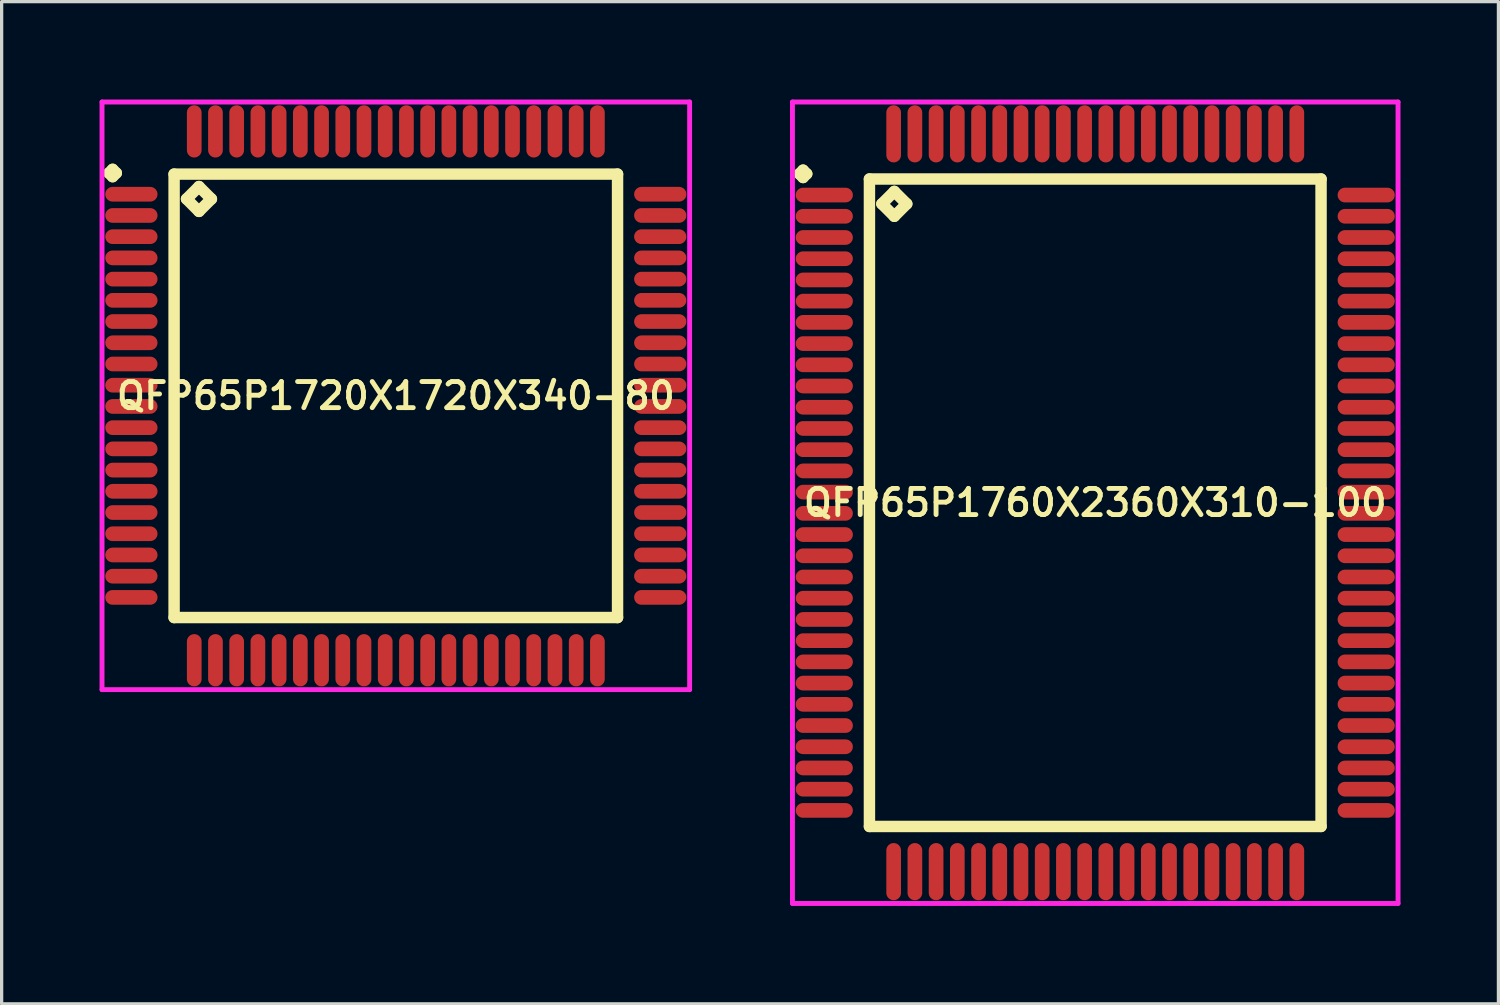
<source format=kicad_pcb>
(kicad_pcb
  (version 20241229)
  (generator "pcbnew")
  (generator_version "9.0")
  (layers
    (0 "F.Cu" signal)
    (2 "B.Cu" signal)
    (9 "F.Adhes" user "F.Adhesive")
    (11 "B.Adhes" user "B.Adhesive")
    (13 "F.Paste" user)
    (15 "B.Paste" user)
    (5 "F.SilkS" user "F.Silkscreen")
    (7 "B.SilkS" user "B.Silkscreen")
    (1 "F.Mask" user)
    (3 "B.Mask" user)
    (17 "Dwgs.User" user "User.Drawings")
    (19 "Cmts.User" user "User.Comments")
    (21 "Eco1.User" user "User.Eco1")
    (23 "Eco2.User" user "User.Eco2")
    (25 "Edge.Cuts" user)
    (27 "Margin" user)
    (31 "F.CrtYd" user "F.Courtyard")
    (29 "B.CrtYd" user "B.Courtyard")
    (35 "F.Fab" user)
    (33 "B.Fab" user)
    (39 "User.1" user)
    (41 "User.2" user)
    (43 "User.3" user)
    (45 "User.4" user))
  (footprint "QFP65P1760X2360X310-100"
    (layer "F.Cu")
    (at 30.5 12.35)
    (property "Reference" "QFP65P1760X2360X310-100" (at 0 0 0) (layer "F.SilkS") (effects (font (size 0.8 0.8) (thickness 0.15))))
    (attr smd)
    (fp_line (start -9.062 -10.075) (end -8.95 -10.188) (stroke (width 0.35) (type solid)) (layer "F.SilkS"))
    (fp_line (start -8.95 -10.188) (end -8.838 -10.075) (stroke (width 0.35) (type solid)) (layer "F.SilkS"))
    (fp_line (start -8.95 -9.963) (end -9.062 -10.075) (stroke (width 0.35) (type solid)) (layer "F.SilkS"))
    (fp_line (start -8.838 -10.075) (end -8.95 -9.963) (stroke (width 0.35) (type solid)) (layer "F.SilkS"))
    (fp_line (start -6.917 -9.917) (end -6.917 9.917) (stroke (width 0.35) (type solid)) (layer "F.SilkS"))
    (fp_line (start -6.917 9.917) (end 6.917 9.917) (stroke (width 0.35) (type solid)) (layer "F.SilkS"))
    (fp_line (start -6.536 -9.155) (end -6.155 -9.536) (stroke (width 0.35) (type solid)) (layer "F.SilkS"))
    (fp_line (start -6.155 -9.536) (end -5.774 -9.155) (stroke (width 0.35) (type solid)) (layer "F.SilkS"))
    (fp_line (start -6.155 -8.774) (end -6.536 -9.155) (stroke (width 0.35) (type solid)) (layer "F.SilkS"))
    (fp_line (start -5.774 -9.155) (end -6.155 -8.774) (stroke (width 0.35) (type solid)) (layer "F.SilkS"))
    (fp_line (start 6.917 -9.917) (end -6.917 -9.917) (stroke (width 0.35) (type solid)) (layer "F.SilkS"))
    (fp_line (start 6.917 9.917) (end 6.917 -9.917) (stroke (width 0.35) (type solid)) (layer "F.SilkS"))
    (fp_line (start -9.275 -12.275) (end 9.275 -12.275) (stroke (width 0.15) (type solid)) (layer "F.CrtYd"))
    (fp_line (start -9.275 12.275) (end -9.275 -12.275) (stroke (width 0.15) (type solid)) (layer "F.CrtYd"))
    (fp_line (start 9.275 -12.275) (end 9.275 12.275) (stroke (width 0.15) (type solid)) (layer "F.CrtYd"))
    (fp_line (start 9.275 12.275) (end -9.275 12.275) (stroke (width 0.15) (type solid)) (layer "F.CrtYd"))
    (pad "1" smd oval (at -8.3 -9.425) (size 1.75 0.45) (layers "F.Cu" "F.Mask" "F.Paste"))
    (pad "2" smd oval (at -8.3 -8.775) (size 1.75 0.45) (layers "F.Cu" "F.Mask" "F.Paste"))
    (pad "3" smd oval (at -8.3 -8.125) (size 1.75 0.45) (layers "F.Cu" "F.Mask" "F.Paste"))
    (pad "4" smd oval (at -8.3 -7.475) (size 1.75 0.45) (layers "F.Cu" "F.Mask" "F.Paste"))
    (pad "5" smd oval (at -8.3 -6.825) (size 1.75 0.45) (layers "F.Cu" "F.Mask" "F.Paste"))
    (pad "6" smd oval (at -8.3 -6.175) (size 1.75 0.45) (layers "F.Cu" "F.Mask" "F.Paste"))
    (pad "7" smd oval (at -8.3 -5.525) (size 1.75 0.45) (layers "F.Cu" "F.Mask" "F.Paste"))
    (pad "8" smd oval (at -8.3 -4.875) (size 1.75 0.45) (layers "F.Cu" "F.Mask" "F.Paste"))
    (pad "9" smd oval (at -8.3 -4.225) (size 1.75 0.45) (layers "F.Cu" "F.Mask" "F.Paste"))
    (pad "10" smd oval (at -8.3 -3.575) (size 1.75 0.45) (layers "F.Cu" "F.Mask" "F.Paste"))
    (pad "11" smd oval (at -8.3 -2.925) (size 1.75 0.45) (layers "F.Cu" "F.Mask" "F.Paste"))
    (pad "12" smd oval (at -8.3 -2.275) (size 1.75 0.45) (layers "F.Cu" "F.Mask" "F.Paste"))
    (pad "13" smd oval (at -8.3 -1.625) (size 1.75 0.45) (layers "F.Cu" "F.Mask" "F.Paste"))
    (pad "14" smd oval (at -8.3 -0.975) (size 1.75 0.45) (layers "F.Cu" "F.Mask" "F.Paste"))
    (pad "15" smd oval (at -8.3 -0.325) (size 1.75 0.45) (layers "F.Cu" "F.Mask" "F.Paste"))
    (pad "16" smd oval (at -8.3 0.325) (size 1.75 0.45) (layers "F.Cu" "F.Mask" "F.Paste"))
    (pad "17" smd oval (at -8.3 0.975) (size 1.75 0.45) (layers "F.Cu" "F.Mask" "F.Paste"))
    (pad "18" smd oval (at -8.3 1.625) (size 1.75 0.45) (layers "F.Cu" "F.Mask" "F.Paste"))
    (pad "19" smd oval (at -8.3 2.275) (size 1.75 0.45) (layers "F.Cu" "F.Mask" "F.Paste"))
    (pad "20" smd oval (at -8.3 2.925) (size 1.75 0.45) (layers "F.Cu" "F.Mask" "F.Paste"))
    (pad "21" smd oval (at -8.3 3.575) (size 1.75 0.45) (layers "F.Cu" "F.Mask" "F.Paste"))
    (pad "22" smd oval (at -8.3 4.225) (size 1.75 0.45) (layers "F.Cu" "F.Mask" "F.Paste"))
    (pad "23" smd oval (at -8.3 4.875) (size 1.75 0.45) (layers "F.Cu" "F.Mask" "F.Paste"))
    (pad "24" smd oval (at -8.3 5.525) (size 1.75 0.45) (layers "F.Cu" "F.Mask" "F.Paste"))
    (pad "25" smd oval (at -8.3 6.175) (size 1.75 0.45) (layers "F.Cu" "F.Mask" "F.Paste"))
    (pad "26" smd oval (at -8.3 6.825) (size 1.75 0.45) (layers "F.Cu" "F.Mask" "F.Paste"))
    (pad "27" smd oval (at -8.3 7.475) (size 1.75 0.45) (layers "F.Cu" "F.Mask" "F.Paste"))
    (pad "28" smd oval (at -8.3 8.125) (size 1.75 0.45) (layers "F.Cu" "F.Mask" "F.Paste"))
    (pad "29" smd oval (at -8.3 8.775) (size 1.75 0.45) (layers "F.Cu" "F.Mask" "F.Paste"))
    (pad "30" smd oval (at -8.3 9.425) (size 1.75 0.45) (layers "F.Cu" "F.Mask" "F.Paste"))
    (pad "31" smd oval (at -6.175 11.3) (size 0.45 1.75) (layers "F.Cu" "F.Mask" "F.Paste"))
    (pad "32" smd oval (at -5.525 11.3) (size 0.45 1.75) (layers "F.Cu" "F.Mask" "F.Paste"))
    (pad "33" smd oval (at -4.875 11.3) (size 0.45 1.75) (layers "F.Cu" "F.Mask" "F.Paste"))
    (pad "34" smd oval (at -4.225 11.3) (size 0.45 1.75) (layers "F.Cu" "F.Mask" "F.Paste"))
    (pad "35" smd oval (at -3.575 11.3) (size 0.45 1.75) (layers "F.Cu" "F.Mask" "F.Paste"))
    (pad "36" smd oval (at -2.925 11.3) (size 0.45 1.75) (layers "F.Cu" "F.Mask" "F.Paste"))
    (pad "37" smd oval (at -2.275 11.3) (size 0.45 1.75) (layers "F.Cu" "F.Mask" "F.Paste"))
    (pad "38" smd oval (at -1.625 11.3) (size 0.45 1.75) (layers "F.Cu" "F.Mask" "F.Paste"))
    (pad "39" smd oval (at -0.975 11.3) (size 0.45 1.75) (layers "F.Cu" "F.Mask" "F.Paste"))
    (pad "40" smd oval (at -0.325 11.3) (size 0.45 1.75) (layers "F.Cu" "F.Mask" "F.Paste"))
    (pad "41" smd oval (at 0.325 11.3) (size 0.45 1.75) (layers "F.Cu" "F.Mask" "F.Paste"))
    (pad "42" smd oval (at 0.975 11.3) (size 0.45 1.75) (layers "F.Cu" "F.Mask" "F.Paste"))
    (pad "43" smd oval (at 1.625 11.3) (size 0.45 1.75) (layers "F.Cu" "F.Mask" "F.Paste"))
    (pad "44" smd oval (at 2.275 11.3) (size 0.45 1.75) (layers "F.Cu" "F.Mask" "F.Paste"))
    (pad "45" smd oval (at 2.925 11.3) (size 0.45 1.75) (layers "F.Cu" "F.Mask" "F.Paste"))
    (pad "46" smd oval (at 3.575 11.3) (size 0.45 1.75) (layers "F.Cu" "F.Mask" "F.Paste"))
    (pad "47" smd oval (at 4.225 11.3) (size 0.45 1.75) (layers "F.Cu" "F.Mask" "F.Paste"))
    (pad "48" smd oval (at 4.875 11.3) (size 0.45 1.75) (layers "F.Cu" "F.Mask" "F.Paste"))
    (pad "49" smd oval (at 5.525 11.3) (size 0.45 1.75) (layers "F.Cu" "F.Mask" "F.Paste"))
    (pad "50" smd oval (at 6.175 11.3) (size 0.45 1.75) (layers "F.Cu" "F.Mask" "F.Paste"))
    (pad "51" smd oval (at 8.3 9.425) (size 1.75 0.45) (layers "F.Cu" "F.Mask" "F.Paste"))
    (pad "52" smd oval (at 8.3 8.775) (size 1.75 0.45) (layers "F.Cu" "F.Mask" "F.Paste"))
    (pad "53" smd oval (at 8.3 8.125) (size 1.75 0.45) (layers "F.Cu" "F.Mask" "F.Paste"))
    (pad "54" smd oval (at 8.3 7.475) (size 1.75 0.45) (layers "F.Cu" "F.Mask" "F.Paste"))
    (pad "55" smd oval (at 8.3 6.825) (size 1.75 0.45) (layers "F.Cu" "F.Mask" "F.Paste"))
    (pad "56" smd oval (at 8.3 6.175) (size 1.75 0.45) (layers "F.Cu" "F.Mask" "F.Paste"))
    (pad "57" smd oval (at 8.3 5.525) (size 1.75 0.45) (layers "F.Cu" "F.Mask" "F.Paste"))
    (pad "58" smd oval (at 8.3 4.875) (size 1.75 0.45) (layers "F.Cu" "F.Mask" "F.Paste"))
    (pad "59" smd oval (at 8.3 4.225) (size 1.75 0.45) (layers "F.Cu" "F.Mask" "F.Paste"))
    (pad "60" smd oval (at 8.3 3.575) (size 1.75 0.45) (layers "F.Cu" "F.Mask" "F.Paste"))
    (pad "61" smd oval (at 8.3 2.925) (size 1.75 0.45) (layers "F.Cu" "F.Mask" "F.Paste"))
    (pad "62" smd oval (at 8.3 2.275) (size 1.75 0.45) (layers "F.Cu" "F.Mask" "F.Paste"))
    (pad "63" smd oval (at 8.3 1.625) (size 1.75 0.45) (layers "F.Cu" "F.Mask" "F.Paste"))
    (pad "64" smd oval (at 8.3 0.975) (size 1.75 0.45) (layers "F.Cu" "F.Mask" "F.Paste"))
    (pad "65" smd oval (at 8.3 0.325) (size 1.75 0.45) (layers "F.Cu" "F.Mask" "F.Paste"))
    (pad "66" smd oval (at 8.3 -0.325) (size 1.75 0.45) (layers "F.Cu" "F.Mask" "F.Paste"))
    (pad "67" smd oval (at 8.3 -0.975) (size 1.75 0.45) (layers "F.Cu" "F.Mask" "F.Paste"))
    (pad "68" smd oval (at 8.3 -1.625) (size 1.75 0.45) (layers "F.Cu" "F.Mask" "F.Paste"))
    (pad "69" smd oval (at 8.3 -2.275) (size 1.75 0.45) (layers "F.Cu" "F.Mask" "F.Paste"))
    (pad "70" smd oval (at 8.3 -2.925) (size 1.75 0.45) (layers "F.Cu" "F.Mask" "F.Paste"))
    (pad "71" smd oval (at 8.3 -3.575) (size 1.75 0.45) (layers "F.Cu" "F.Mask" "F.Paste"))
    (pad "72" smd oval (at 8.3 -4.225) (size 1.75 0.45) (layers "F.Cu" "F.Mask" "F.Paste"))
    (pad "73" smd oval (at 8.3 -4.875) (size 1.75 0.45) (layers "F.Cu" "F.Mask" "F.Paste"))
    (pad "74" smd oval (at 8.3 -5.525) (size 1.75 0.45) (layers "F.Cu" "F.Mask" "F.Paste"))
    (pad "75" smd oval (at 8.3 -6.175) (size 1.75 0.45) (layers "F.Cu" "F.Mask" "F.Paste"))
    (pad "76" smd oval (at 8.3 -6.825) (size 1.75 0.45) (layers "F.Cu" "F.Mask" "F.Paste"))
    (pad "77" smd oval (at 8.3 -7.475) (size 1.75 0.45) (layers "F.Cu" "F.Mask" "F.Paste"))
    (pad "78" smd oval (at 8.3 -8.125) (size 1.75 0.45) (layers "F.Cu" "F.Mask" "F.Paste"))
    (pad "79" smd oval (at 8.3 -8.775) (size 1.75 0.45) (layers "F.Cu" "F.Mask" "F.Paste"))
    (pad "80" smd oval (at 8.3 -9.425) (size 1.75 0.45) (layers "F.Cu" "F.Mask" "F.Paste"))
    (pad "81" smd oval (at 6.175 -11.3) (size 0.45 1.75) (layers "F.Cu" "F.Mask" "F.Paste"))
    (pad "82" smd oval (at 5.525 -11.3) (size 0.45 1.75) (layers "F.Cu" "F.Mask" "F.Paste"))
    (pad "83" smd oval (at 4.875 -11.3) (size 0.45 1.75) (layers "F.Cu" "F.Mask" "F.Paste"))
    (pad "84" smd oval (at 4.225 -11.3) (size 0.45 1.75) (layers "F.Cu" "F.Mask" "F.Paste"))
    (pad "85" smd oval (at 3.575 -11.3) (size 0.45 1.75) (layers "F.Cu" "F.Mask" "F.Paste"))
    (pad "86" smd oval (at 2.925 -11.3) (size 0.45 1.75) (layers "F.Cu" "F.Mask" "F.Paste"))
    (pad "87" smd oval (at 2.275 -11.3) (size 0.45 1.75) (layers "F.Cu" "F.Mask" "F.Paste"))
    (pad "88" smd oval (at 1.625 -11.3) (size 0.45 1.75) (layers "F.Cu" "F.Mask" "F.Paste"))
    (pad "89" smd oval (at 0.975 -11.3) (size 0.45 1.75) (layers "F.Cu" "F.Mask" "F.Paste"))
    (pad "90" smd oval (at 0.325 -11.3) (size 0.45 1.75) (layers "F.Cu" "F.Mask" "F.Paste"))
    (pad "91" smd oval (at -0.325 -11.3) (size 0.45 1.75) (layers "F.Cu" "F.Mask" "F.Paste"))
    (pad "92" smd oval (at -0.975 -11.3) (size 0.45 1.75) (layers "F.Cu" "F.Mask" "F.Paste"))
    (pad "93" smd oval (at -1.625 -11.3) (size 0.45 1.75) (layers "F.Cu" "F.Mask" "F.Paste"))
    (pad "94" smd oval (at -2.275 -11.3) (size 0.45 1.75) (layers "F.Cu" "F.Mask" "F.Paste"))
    (pad "95" smd oval (at -2.925 -11.3) (size 0.45 1.75) (layers "F.Cu" "F.Mask" "F.Paste"))
    (pad "96" smd oval (at -3.575 -11.3) (size 0.45 1.75) (layers "F.Cu" "F.Mask" "F.Paste"))
    (pad "97" smd oval (at -4.225 -11.3) (size 0.45 1.75) (layers "F.Cu" "F.Mask" "F.Paste"))
    (pad "98" smd oval (at -4.875 -11.3) (size 0.45 1.75) (layers "F.Cu" "F.Mask" "F.Paste"))
    (pad "99" smd oval (at -5.525 -11.3) (size 0.45 1.75) (layers "F.Cu" "F.Mask" "F.Paste"))
    (pad "100" smd oval (at -6.175 -11.3) (size 0.45 1.75) (layers "F.Cu" "F.Mask" "F.Paste")))
  (footprint "QFP65P1720X1720X340-80"
    (layer "F.Cu")
    (at 9.075 9.075)
    (property "Reference" "QFP65P1720X1720X340-80" (at 0 0 0) (layer "F.SilkS") (effects (font (size 0.8 0.8) (thickness 0.15))))
    (attr smd)
    (fp_line (start -8.787 -6.825) (end -8.675 -6.938) (stroke (width 0.35) (type solid)) (layer "F.SilkS"))
    (fp_line (start -8.675 -6.938) (end -8.562 -6.825) (stroke (width 0.35) (type solid)) (layer "F.SilkS"))
    (fp_line (start -8.675 -6.713) (end -8.787 -6.825) (stroke (width 0.35) (type solid)) (layer "F.SilkS"))
    (fp_line (start -8.562 -6.825) (end -8.675 -6.713) (stroke (width 0.35) (type solid)) (layer "F.SilkS"))
    (fp_line (start -6.792 -6.792) (end -6.792 6.792) (stroke (width 0.35) (type solid)) (layer "F.SilkS"))
    (fp_line (start -6.792 6.792) (end 6.792 6.792) (stroke (width 0.35) (type solid)) (layer "F.SilkS"))
    (fp_line (start -6.411 -6.03) (end -6.03 -6.411) (stroke (width 0.35) (type solid)) (layer "F.SilkS"))
    (fp_line (start -6.03 -6.411) (end -5.649 -6.03) (stroke (width 0.35) (type solid)) (layer "F.SilkS"))
    (fp_line (start -6.03 -5.649) (end -6.411 -6.03) (stroke (width 0.35) (type solid)) (layer "F.SilkS"))
    (fp_line (start -5.649 -6.03) (end -6.03 -5.649) (stroke (width 0.35) (type solid)) (layer "F.SilkS"))
    (fp_line (start 6.792 -6.792) (end -6.792 -6.792) (stroke (width 0.35) (type solid)) (layer "F.SilkS"))
    (fp_line (start 6.792 6.792) (end 6.792 -6.792) (stroke (width 0.35) (type solid)) (layer "F.SilkS"))
    (fp_line (start -9 -9) (end 9 -9) (stroke (width 0.15) (type solid)) (layer "F.CrtYd"))
    (fp_line (start -9 9) (end -9 -9) (stroke (width 0.15) (type solid)) (layer "F.CrtYd"))
    (fp_line (start 9 -9) (end 9 9) (stroke (width 0.15) (type solid)) (layer "F.CrtYd"))
    (fp_line (start 9 9) (end -9 9) (stroke (width 0.15) (type solid)) (layer "F.CrtYd"))
    (pad "1" smd oval (at -8.1 -6.175) (size 1.6 0.45) (layers "F.Cu" "F.Mask" "F.Paste"))
    (pad "2" smd oval (at -8.1 -5.525) (size 1.6 0.45) (layers "F.Cu" "F.Mask" "F.Paste"))
    (pad "3" smd oval (at -8.1 -4.875) (size 1.6 0.45) (layers "F.Cu" "F.Mask" "F.Paste"))
    (pad "4" smd oval (at -8.1 -4.225) (size 1.6 0.45) (layers "F.Cu" "F.Mask" "F.Paste"))
    (pad "5" smd oval (at -8.1 -3.575) (size 1.6 0.45) (layers "F.Cu" "F.Mask" "F.Paste"))
    (pad "6" smd oval (at -8.1 -2.925) (size 1.6 0.45) (layers "F.Cu" "F.Mask" "F.Paste"))
    (pad "7" smd oval (at -8.1 -2.275) (size 1.6 0.45) (layers "F.Cu" "F.Mask" "F.Paste"))
    (pad "8" smd oval (at -8.1 -1.625) (size 1.6 0.45) (layers "F.Cu" "F.Mask" "F.Paste"))
    (pad "9" smd oval (at -8.1 -0.975) (size 1.6 0.45) (layers "F.Cu" "F.Mask" "F.Paste"))
    (pad "10" smd oval (at -8.1 -0.325) (size 1.6 0.45) (layers "F.Cu" "F.Mask" "F.Paste"))
    (pad "11" smd oval (at -8.1 0.325) (size 1.6 0.45) (layers "F.Cu" "F.Mask" "F.Paste"))
    (pad "12" smd oval (at -8.1 0.975) (size 1.6 0.45) (layers "F.Cu" "F.Mask" "F.Paste"))
    (pad "13" smd oval (at -8.1 1.625) (size 1.6 0.45) (layers "F.Cu" "F.Mask" "F.Paste"))
    (pad "14" smd oval (at -8.1 2.275) (size 1.6 0.45) (layers "F.Cu" "F.Mask" "F.Paste"))
    (pad "15" smd oval (at -8.1 2.925) (size 1.6 0.45) (layers "F.Cu" "F.Mask" "F.Paste"))
    (pad "16" smd oval (at -8.1 3.575) (size 1.6 0.45) (layers "F.Cu" "F.Mask" "F.Paste"))
    (pad "17" smd oval (at -8.1 4.225) (size 1.6 0.45) (layers "F.Cu" "F.Mask" "F.Paste"))
    (pad "18" smd oval (at -8.1 4.875) (size 1.6 0.45) (layers "F.Cu" "F.Mask" "F.Paste"))
    (pad "19" smd oval (at -8.1 5.525) (size 1.6 0.45) (layers "F.Cu" "F.Mask" "F.Paste"))
    (pad "20" smd oval (at -8.1 6.175) (size 1.6 0.45) (layers "F.Cu" "F.Mask" "F.Paste"))
    (pad "21" smd oval (at -6.175 8.1) (size 0.45 1.6) (layers "F.Cu" "F.Mask" "F.Paste"))
    (pad "22" smd oval (at -5.525 8.1) (size 0.45 1.6) (layers "F.Cu" "F.Mask" "F.Paste"))
    (pad "23" smd oval (at -4.875 8.1) (size 0.45 1.6) (layers "F.Cu" "F.Mask" "F.Paste"))
    (pad "24" smd oval (at -4.225 8.1) (size 0.45 1.6) (layers "F.Cu" "F.Mask" "F.Paste"))
    (pad "25" smd oval (at -3.575 8.1) (size 0.45 1.6) (layers "F.Cu" "F.Mask" "F.Paste"))
    (pad "26" smd oval (at -2.925 8.1) (size 0.45 1.6) (layers "F.Cu" "F.Mask" "F.Paste"))
    (pad "27" smd oval (at -2.275 8.1) (size 0.45 1.6) (layers "F.Cu" "F.Mask" "F.Paste"))
    (pad "28" smd oval (at -1.625 8.1) (size 0.45 1.6) (layers "F.Cu" "F.Mask" "F.Paste"))
    (pad "29" smd oval (at -0.975 8.1) (size 0.45 1.6) (layers "F.Cu" "F.Mask" "F.Paste"))
    (pad "30" smd oval (at -0.325 8.1) (size 0.45 1.6) (layers "F.Cu" "F.Mask" "F.Paste"))
    (pad "31" smd oval (at 0.325 8.1) (size 0.45 1.6) (layers "F.Cu" "F.Mask" "F.Paste"))
    (pad "32" smd oval (at 0.975 8.1) (size 0.45 1.6) (layers "F.Cu" "F.Mask" "F.Paste"))
    (pad "33" smd oval (at 1.625 8.1) (size 0.45 1.6) (layers "F.Cu" "F.Mask" "F.Paste"))
    (pad "34" smd oval (at 2.275 8.1) (size 0.45 1.6) (layers "F.Cu" "F.Mask" "F.Paste"))
    (pad "35" smd oval (at 2.925 8.1) (size 0.45 1.6) (layers "F.Cu" "F.Mask" "F.Paste"))
    (pad "36" smd oval (at 3.575 8.1) (size 0.45 1.6) (layers "F.Cu" "F.Mask" "F.Paste"))
    (pad "37" smd oval (at 4.225 8.1) (size 0.45 1.6) (layers "F.Cu" "F.Mask" "F.Paste"))
    (pad "38" smd oval (at 4.875 8.1) (size 0.45 1.6) (layers "F.Cu" "F.Mask" "F.Paste"))
    (pad "39" smd oval (at 5.525 8.1) (size 0.45 1.6) (layers "F.Cu" "F.Mask" "F.Paste"))
    (pad "40" smd oval (at 6.175 8.1) (size 0.45 1.6) (layers "F.Cu" "F.Mask" "F.Paste"))
    (pad "41" smd oval (at 8.1 6.175) (size 1.6 0.45) (layers "F.Cu" "F.Mask" "F.Paste"))
    (pad "42" smd oval (at 8.1 5.525) (size 1.6 0.45) (layers "F.Cu" "F.Mask" "F.Paste"))
    (pad "43" smd oval (at 8.1 4.875) (size 1.6 0.45) (layers "F.Cu" "F.Mask" "F.Paste"))
    (pad "44" smd oval (at 8.1 4.225) (size 1.6 0.45) (layers "F.Cu" "F.Mask" "F.Paste"))
    (pad "45" smd oval (at 8.1 3.575) (size 1.6 0.45) (layers "F.Cu" "F.Mask" "F.Paste"))
    (pad "46" smd oval (at 8.1 2.925) (size 1.6 0.45) (layers "F.Cu" "F.Mask" "F.Paste"))
    (pad "47" smd oval (at 8.1 2.275) (size 1.6 0.45) (layers "F.Cu" "F.Mask" "F.Paste"))
    (pad "48" smd oval (at 8.1 1.625) (size 1.6 0.45) (layers "F.Cu" "F.Mask" "F.Paste"))
    (pad "49" smd oval (at 8.1 0.975) (size 1.6 0.45) (layers "F.Cu" "F.Mask" "F.Paste"))
    (pad "50" smd oval (at 8.1 0.325) (size 1.6 0.45) (layers "F.Cu" "F.Mask" "F.Paste"))
    (pad "51" smd oval (at 8.1 -0.325) (size 1.6 0.45) (layers "F.Cu" "F.Mask" "F.Paste"))
    (pad "52" smd oval (at 8.1 -0.975) (size 1.6 0.45) (layers "F.Cu" "F.Mask" "F.Paste"))
    (pad "53" smd oval (at 8.1 -1.625) (size 1.6 0.45) (layers "F.Cu" "F.Mask" "F.Paste"))
    (pad "54" smd oval (at 8.1 -2.275) (size 1.6 0.45) (layers "F.Cu" "F.Mask" "F.Paste"))
    (pad "55" smd oval (at 8.1 -2.925) (size 1.6 0.45) (layers "F.Cu" "F.Mask" "F.Paste"))
    (pad "56" smd oval (at 8.1 -3.575) (size 1.6 0.45) (layers "F.Cu" "F.Mask" "F.Paste"))
    (pad "57" smd oval (at 8.1 -4.225) (size 1.6 0.45) (layers "F.Cu" "F.Mask" "F.Paste"))
    (pad "58" smd oval (at 8.1 -4.875) (size 1.6 0.45) (layers "F.Cu" "F.Mask" "F.Paste"))
    (pad "59" smd oval (at 8.1 -5.525) (size 1.6 0.45) (layers "F.Cu" "F.Mask" "F.Paste"))
    (pad "60" smd oval (at 8.1 -6.175) (size 1.6 0.45) (layers "F.Cu" "F.Mask" "F.Paste"))
    (pad "61" smd oval (at 6.175 -8.1) (size 0.45 1.6) (layers "F.Cu" "F.Mask" "F.Paste"))
    (pad "62" smd oval (at 5.525 -8.1) (size 0.45 1.6) (layers "F.Cu" "F.Mask" "F.Paste"))
    (pad "63" smd oval (at 4.875 -8.1) (size 0.45 1.6) (layers "F.Cu" "F.Mask" "F.Paste"))
    (pad "64" smd oval (at 4.225 -8.1) (size 0.45 1.6) (layers "F.Cu" "F.Mask" "F.Paste"))
    (pad "65" smd oval (at 3.575 -8.1) (size 0.45 1.6) (layers "F.Cu" "F.Mask" "F.Paste"))
    (pad "66" smd oval (at 2.925 -8.1) (size 0.45 1.6) (layers "F.Cu" "F.Mask" "F.Paste"))
    (pad "67" smd oval (at 2.275 -8.1) (size 0.45 1.6) (layers "F.Cu" "F.Mask" "F.Paste"))
    (pad "68" smd oval (at 1.625 -8.1) (size 0.45 1.6) (layers "F.Cu" "F.Mask" "F.Paste"))
    (pad "69" smd oval (at 0.975 -8.1) (size 0.45 1.6) (layers "F.Cu" "F.Mask" "F.Paste"))
    (pad "70" smd oval (at 0.325 -8.1) (size 0.45 1.6) (layers "F.Cu" "F.Mask" "F.Paste"))
    (pad "71" smd oval (at -0.325 -8.1) (size 0.45 1.6) (layers "F.Cu" "F.Mask" "F.Paste"))
    (pad "72" smd oval (at -0.975 -8.1) (size 0.45 1.6) (layers "F.Cu" "F.Mask" "F.Paste"))
    (pad "73" smd oval (at -1.625 -8.1) (size 0.45 1.6) (layers "F.Cu" "F.Mask" "F.Paste"))
    (pad "74" smd oval (at -2.275 -8.1) (size 0.45 1.6) (layers "F.Cu" "F.Mask" "F.Paste"))
    (pad "75" smd oval (at -2.925 -8.1) (size 0.45 1.6) (layers "F.Cu" "F.Mask" "F.Paste"))
    (pad "76" smd oval (at -3.575 -8.1) (size 0.45 1.6) (layers "F.Cu" "F.Mask" "F.Paste"))
    (pad "77" smd oval (at -4.225 -8.1) (size 0.45 1.6) (layers "F.Cu" "F.Mask" "F.Paste"))
    (pad "78" smd oval (at -4.875 -8.1) (size 0.45 1.6) (layers "F.Cu" "F.Mask" "F.Paste"))
    (pad "79" smd oval (at -5.525 -8.1) (size 0.45 1.6) (layers "F.Cu" "F.Mask" "F.Paste"))
    (pad "80" smd oval (at -6.175 -8.1) (size 0.45 1.6) (layers "F.Cu" "F.Mask" "F.Paste")))
  (gr_rect
    (start -3 -3)
    (end 42.85 27.7)
    (stroke (width 0.1) (type default))
    (fill no)
    (layer "Edge.Cuts")))
</source>
